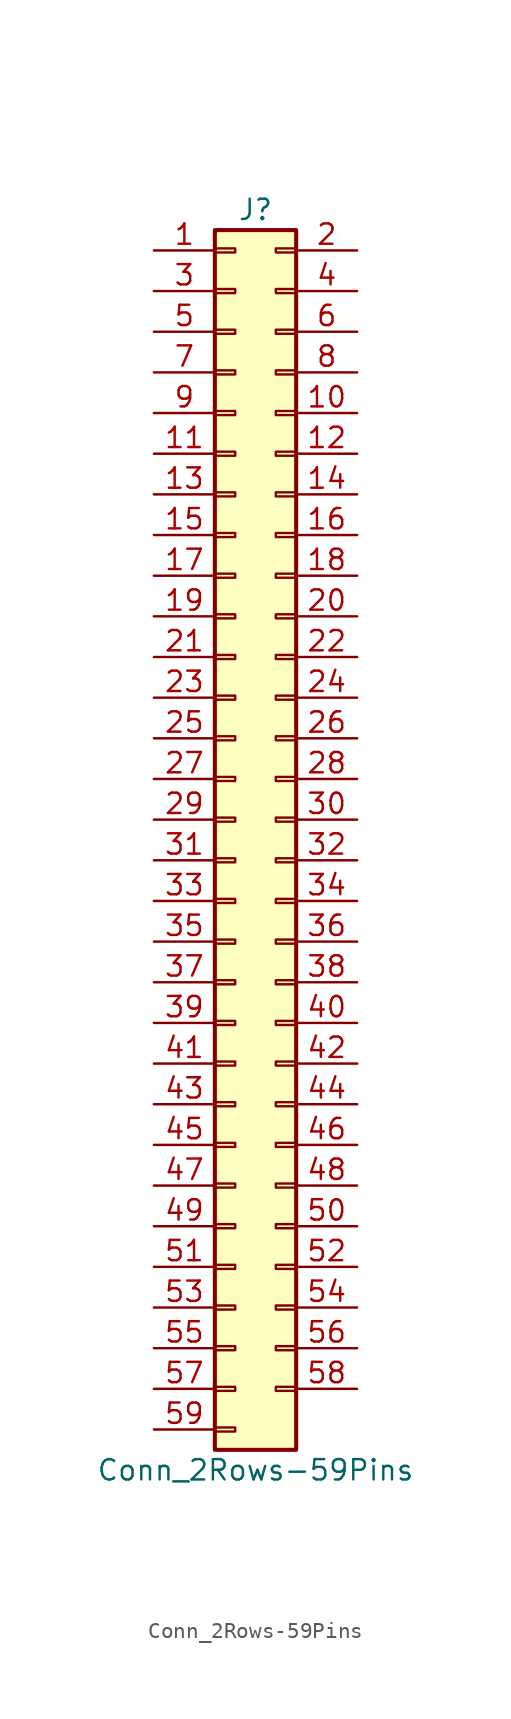
<source format=kicad_sym>
(kicad_symbol_lib
  (version 20211014)
  (generator kicad_symbol_editor)
  (symbol "Conn_2Rows-59Pins"
    (pin_names
      (offset 1.016) hide)
    (property "Reference" "J"
      (at 1.27 38.1 0)
      (effects (font (size 1.27 1.27))))
    (property "Value" "Conn_2Rows-59Pins"
      (at 1.27 -40.64 0)
      (effects (font (size 1.27 1.27))))
    (symbol "Conn_2Rows-59Pins_1_1"
      (rectangle (start -1.27 -37.973) (end 0 -38.227) (stroke (width 0.152) (type default) (color 0 0 0 0)) (fill (type none)))
      (rectangle (start -1.27 -35.433) (end 0 -35.687) (stroke (width 0.152) (type default) (color 0 0 0 0)) (fill (type none)))
      (rectangle (start -1.27 -32.893) (end 0 -33.147) (stroke (width 0.152) (type default) (color 0 0 0 0)) (fill (type none)))
      (rectangle (start -1.27 -30.353) (end 0 -30.607) (stroke (width 0.152) (type default) (color 0 0 0 0)) (fill (type none)))
      (rectangle (start -1.27 -27.813) (end 0 -28.067) (stroke (width 0.152) (type default) (color 0 0 0 0)) (fill (type none)))
      (rectangle (start -1.27 -25.273) (end 0 -25.527) (stroke (width 0.152) (type default) (color 0 0 0 0)) (fill (type none)))
      (rectangle (start -1.27 -22.733) (end 0 -22.987) (stroke (width 0.152) (type default) (color 0 0 0 0)) (fill (type none)))
      (rectangle (start -1.27 -20.193) (end 0 -20.447) (stroke (width 0.152) (type default) (color 0 0 0 0)) (fill (type none)))
      (rectangle (start -1.27 -17.653) (end 0 -17.907) (stroke (width 0.152) (type default) (color 0 0 0 0)) (fill (type none)))
      (rectangle (start -1.27 -15.113) (end 0 -15.367) (stroke (width 0.152) (type default) (color 0 0 0 0)) (fill (type none)))
      (rectangle (start -1.27 -12.573) (end 0 -12.827) (stroke (width 0.152) (type default) (color 0 0 0 0)) (fill (type none)))
      (rectangle (start -1.27 -10.033) (end 0 -10.287) (stroke (width 0.152) (type default) (color 0 0 0 0)) (fill (type none)))
      (rectangle (start -1.27 -7.493) (end 0 -7.747) (stroke (width 0.152) (type default) (color 0 0 0 0)) (fill (type none)))
      (rectangle (start -1.27 -4.953) (end 0 -5.207) (stroke (width 0.152) (type default) (color 0 0 0 0)) (fill (type none)))
      (rectangle (start -1.27 -2.413) (end 0 -2.667) (stroke (width 0.152) (type default) (color 0 0 0 0)) (fill (type none)))
      (rectangle (start -1.27 0.127) (end 0 -0.127) (stroke (width 0.152) (type default) (color 0 0 0 0)) (fill (type none)))
      (rectangle (start -1.27 2.667) (end 0 2.413) (stroke (width 0.152) (type default) (color 0 0 0 0)) (fill (type none)))
      (rectangle (start -1.27 5.207) (end 0 4.953) (stroke (width 0.152) (type default) (color 0 0 0 0)) (fill (type none)))
      (rectangle (start -1.27 7.747) (end 0 7.493) (stroke (width 0.152) (type default) (color 0 0 0 0)) (fill (type none)))
      (rectangle (start -1.27 10.287) (end 0 10.033) (stroke (width 0.152) (type default) (color 0 0 0 0)) (fill (type none)))
      (rectangle (start -1.27 12.827) (end 0 12.573) (stroke (width 0.152) (type default) (color 0 0 0 0)) (fill (type none)))
      (rectangle (start -1.27 15.367) (end 0 15.113) (stroke (width 0.152) (type default) (color 0 0 0 0)) (fill (type none)))
      (rectangle (start -1.27 17.907) (end 0 17.653) (stroke (width 0.152) (type default) (color 0 0 0 0)) (fill (type none)))
      (rectangle (start -1.27 20.447) (end 0 20.193) (stroke (width 0.152) (type default) (color 0 0 0 0)) (fill (type none)))
      (rectangle (start -1.27 22.987) (end 0 22.733) (stroke (width 0.152) (type default) (color 0 0 0 0)) (fill (type none)))
      (rectangle (start -1.27 25.527) (end 0 25.273) (stroke (width 0.152) (type default) (color 0 0 0 0)) (fill (type none)))
      (rectangle (start -1.27 28.067) (end 0 27.813) (stroke (width 0.152) (type default) (color 0 0 0 0)) (fill (type none)))
      (rectangle (start -1.27 30.607) (end 0 30.353) (stroke (width 0.152) (type default) (color 0 0 0 0)) (fill (type none)))
      (rectangle (start -1.27 33.147) (end 0 32.893) (stroke (width 0.152) (type default) (color 0 0 0 0)) (fill (type none)))
      (rectangle (start -1.27 35.687) (end 0 35.433) (stroke (width 0.152) (type default) (color 0 0 0 0)) (fill (type none)))
      (rectangle (start -1.27 36.83) (end 3.81 -39.37) (stroke (width 0.254) (type default) (color 0 0 0 0)) (fill (type background)))
      (rectangle (start 3.81 -35.433) (end 2.54 -35.687) (stroke (width 0.152) (type default) (color 0 0 0 0)) (fill (type none)))
      (rectangle (start 3.81 -32.893) (end 2.54 -33.147) (stroke (width 0.152) (type default) (color 0 0 0 0)) (fill (type none)))
      (rectangle (start 3.81 -30.353) (end 2.54 -30.607) (stroke (width 0.152) (type default) (color 0 0 0 0)) (fill (type none)))
      (rectangle (start 3.81 -27.813) (end 2.54 -28.067) (stroke (width 0.152) (type default) (color 0 0 0 0)) (fill (type none)))
      (rectangle (start 3.81 -25.273) (end 2.54 -25.527) (stroke (width 0.152) (type default) (color 0 0 0 0)) (fill (type none)))
      (rectangle (start 3.81 -22.733) (end 2.54 -22.987) (stroke (width 0.152) (type default) (color 0 0 0 0)) (fill (type none)))
      (rectangle (start 3.81 -20.193) (end 2.54 -20.447) (stroke (width 0.152) (type default) (color 0 0 0 0)) (fill (type none)))
      (rectangle (start 3.81 -17.653) (end 2.54 -17.907) (stroke (width 0.152) (type default) (color 0 0 0 0)) (fill (type none)))
      (rectangle (start 3.81 -15.113) (end 2.54 -15.367) (stroke (width 0.152) (type default) (color 0 0 0 0)) (fill (type none)))
      (rectangle (start 3.81 -12.573) (end 2.54 -12.827) (stroke (width 0.152) (type default) (color 0 0 0 0)) (fill (type none)))
      (rectangle (start 3.81 -10.033) (end 2.54 -10.287) (stroke (width 0.152) (type default) (color 0 0 0 0)) (fill (type none)))
      (rectangle (start 3.81 -7.493) (end 2.54 -7.747) (stroke (width 0.152) (type default) (color 0 0 0 0)) (fill (type none)))
      (rectangle (start 3.81 -4.953) (end 2.54 -5.207) (stroke (width 0.152) (type default) (color 0 0 0 0)) (fill (type none)))
      (rectangle (start 3.81 -2.413) (end 2.54 -2.667) (stroke (width 0.152) (type default) (color 0 0 0 0)) (fill (type none)))
      (rectangle (start 3.81 0.127) (end 2.54 -0.127) (stroke (width 0.152) (type default) (color 0 0 0 0)) (fill (type none)))
      (rectangle (start 3.81 2.667) (end 2.54 2.413) (stroke (width 0.152) (type default) (color 0 0 0 0)) (fill (type none)))
      (rectangle (start 3.81 5.207) (end 2.54 4.953) (stroke (width 0.152) (type default) (color 0 0 0 0)) (fill (type none)))
      (rectangle (start 3.81 7.747) (end 2.54 7.493) (stroke (width 0.152) (type default) (color 0 0 0 0)) (fill (type none)))
      (rectangle (start 3.81 10.287) (end 2.54 10.033) (stroke (width 0.152) (type default) (color 0 0 0 0)) (fill (type none)))
      (rectangle (start 3.81 12.827) (end 2.54 12.573) (stroke (width 0.152) (type default) (color 0 0 0 0)) (fill (type none)))
      (rectangle (start 3.81 15.367) (end 2.54 15.113) (stroke (width 0.152) (type default) (color 0 0 0 0)) (fill (type none)))
      (rectangle (start 3.81 17.907) (end 2.54 17.653) (stroke (width 0.152) (type default) (color 0 0 0 0)) (fill (type none)))
      (rectangle (start 3.81 20.447) (end 2.54 20.193) (stroke (width 0.152) (type default) (color 0 0 0 0)) (fill (type none)))
      (rectangle (start 3.81 22.987) (end 2.54 22.733) (stroke (width 0.152) (type default) (color 0 0 0 0)) (fill (type none)))
      (rectangle (start 3.81 25.527) (end 2.54 25.273) (stroke (width 0.152) (type default) (color 0 0 0 0)) (fill (type none)))
      (rectangle (start 3.81 28.067) (end 2.54 27.813) (stroke (width 0.152) (type default) (color 0 0 0 0)) (fill (type none)))
      (rectangle (start 3.81 30.607) (end 2.54 30.353) (stroke (width 0.152) (type default) (color 0 0 0 0)) (fill (type none)))
      (rectangle (start 3.81 33.147) (end 2.54 32.893) (stroke (width 0.152) (type default) (color 0 0 0 0)) (fill (type none)))
      (rectangle (start 3.81 35.687) (end 2.54 35.433) (stroke (width 0.152) (type default) (color 0 0 0 0)) (fill (type none)))
      (pin passive line (at -5.08 35.56 0) (length 3.81) (name "Pin_1" (effects (font (size 1.27 1.27)))) (number "1" (effects (font (size 1.27 1.27)))))
      (pin passive line (at 7.62 25.4 180) (length 3.81) (name "Pin_10" (effects (font (size 1.27 1.27)))) (number "10" (effects (font (size 1.27 1.27)))))
      (pin passive line (at -5.08 22.86 0) (length 3.81) (name "Pin_11" (effects (font (size 1.27 1.27)))) (number "11" (effects (font (size 1.27 1.27)))))
      (pin passive line (at 7.62 22.86 180) (length 3.81) (name "Pin_12" (effects (font (size 1.27 1.27)))) (number "12" (effects (font (size 1.27 1.27)))))
      (pin passive line (at -5.08 20.32 0) (length 3.81) (name "Pin_13" (effects (font (size 1.27 1.27)))) (number "13" (effects (font (size 1.27 1.27)))))
      (pin passive line (at 7.62 20.32 180) (length 3.81) (name "Pin_14" (effects (font (size 1.27 1.27)))) (number "14" (effects (font (size 1.27 1.27)))))
      (pin passive line (at -5.08 17.78 0) (length 3.81) (name "Pin_15" (effects (font (size 1.27 1.27)))) (number "15" (effects (font (size 1.27 1.27)))))
      (pin passive line (at 7.62 17.78 180) (length 3.81) (name "Pin_16" (effects (font (size 1.27 1.27)))) (number "16" (effects (font (size 1.27 1.27)))))
      (pin passive line (at -5.08 15.24 0) (length 3.81) (name "Pin_17" (effects (font (size 1.27 1.27)))) (number "17" (effects (font (size 1.27 1.27)))))
      (pin passive line (at 7.62 15.24 180) (length 3.81) (name "Pin_18" (effects (font (size 1.27 1.27)))) (number "18" (effects (font (size 1.27 1.27)))))
      (pin passive line (at -5.08 12.7 0) (length 3.81) (name "Pin_19" (effects (font (size 1.27 1.27)))) (number "19" (effects (font (size 1.27 1.27)))))
      (pin passive line (at 7.62 35.56 180) (length 3.81) (name "Pin_2" (effects (font (size 1.27 1.27)))) (number "2" (effects (font (size 1.27 1.27)))))
      (pin passive line (at 7.62 12.7 180) (length 3.81) (name "Pin_20" (effects (font (size 1.27 1.27)))) (number "20" (effects (font (size 1.27 1.27)))))
      (pin passive line (at -5.08 10.16 0) (length 3.81) (name "Pin_21" (effects (font (size 1.27 1.27)))) (number "21" (effects (font (size 1.27 1.27)))))
      (pin passive line (at 7.62 10.16 180) (length 3.81) (name "Pin_22" (effects (font (size 1.27 1.27)))) (number "22" (effects (font (size 1.27 1.27)))))
      (pin passive line (at -5.08 7.62 0) (length 3.81) (name "Pin_23" (effects (font (size 1.27 1.27)))) (number "23" (effects (font (size 1.27 1.27)))))
      (pin passive line (at 7.62 7.62 180) (length 3.81) (name "Pin_24" (effects (font (size 1.27 1.27)))) (number "24" (effects (font (size 1.27 1.27)))))
      (pin passive line (at -5.08 5.08 0) (length 3.81) (name "Pin_25" (effects (font (size 1.27 1.27)))) (number "25" (effects (font (size 1.27 1.27)))))
      (pin passive line (at 7.62 5.08 180) (length 3.81) (name "Pin_26" (effects (font (size 1.27 1.27)))) (number "26" (effects (font (size 1.27 1.27)))))
      (pin passive line (at -5.08 2.54 0) (length 3.81) (name "Pin_27" (effects (font (size 1.27 1.27)))) (number "27" (effects (font (size 1.27 1.27)))))
      (pin passive line (at 7.62 2.54 180) (length 3.81) (name "Pin_28" (effects (font (size 1.27 1.27)))) (number "28" (effects (font (size 1.27 1.27)))))
      (pin passive line (at -5.08 0 0) (length 3.81) (name "Pin_29" (effects (font (size 1.27 1.27)))) (number "29" (effects (font (size 1.27 1.27)))))
      (pin passive line (at -5.08 33.02 0) (length 3.81) (name "Pin_3" (effects (font (size 1.27 1.27)))) (number "3" (effects (font (size 1.27 1.27)))))
      (pin passive line (at 7.62 0 180) (length 3.81) (name "Pin_30" (effects (font (size 1.27 1.27)))) (number "30" (effects (font (size 1.27 1.27)))))
      (pin passive line (at -5.08 -2.54 0) (length 3.81) (name "Pin_31" (effects (font (size 1.27 1.27)))) (number "31" (effects (font (size 1.27 1.27)))))
      (pin passive line (at 7.62 -2.54 180) (length 3.81) (name "Pin_32" (effects (font (size 1.27 1.27)))) (number "32" (effects (font (size 1.27 1.27)))))
      (pin passive line (at -5.08 -5.08 0) (length 3.81) (name "Pin_33" (effects (font (size 1.27 1.27)))) (number "33" (effects (font (size 1.27 1.27)))))
      (pin passive line (at 7.62 -5.08 180) (length 3.81) (name "Pin_34" (effects (font (size 1.27 1.27)))) (number "34" (effects (font (size 1.27 1.27)))))
      (pin passive line (at -5.08 -7.62 0) (length 3.81) (name "Pin_35" (effects (font (size 1.27 1.27)))) (number "35" (effects (font (size 1.27 1.27)))))
      (pin passive line (at 7.62 -7.62 180) (length 3.81) (name "Pin_36" (effects (font (size 1.27 1.27)))) (number "36" (effects (font (size 1.27 1.27)))))
      (pin passive line (at -5.08 -10.16 0) (length 3.81) (name "Pin_37" (effects (font (size 1.27 1.27)))) (number "37" (effects (font (size 1.27 1.27)))))
      (pin passive line (at 7.62 -10.16 180) (length 3.81) (name "Pin_38" (effects (font (size 1.27 1.27)))) (number "38" (effects (font (size 1.27 1.27)))))
      (pin passive line (at -5.08 -12.7 0) (length 3.81) (name "Pin_39" (effects (font (size 1.27 1.27)))) (number "39" (effects (font (size 1.27 1.27)))))
      (pin passive line (at 7.62 33.02 180) (length 3.81) (name "Pin_4" (effects (font (size 1.27 1.27)))) (number "4" (effects (font (size 1.27 1.27)))))
      (pin passive line (at 7.62 -12.7 180) (length 3.81) (name "Pin_40" (effects (font (size 1.27 1.27)))) (number "40" (effects (font (size 1.27 1.27)))))
      (pin passive line (at -5.08 -15.24 0) (length 3.81) (name "Pin_41" (effects (font (size 1.27 1.27)))) (number "41" (effects (font (size 1.27 1.27)))))
      (pin passive line (at 7.62 -15.24 180) (length 3.81) (name "Pin_42" (effects (font (size 1.27 1.27)))) (number "42" (effects (font (size 1.27 1.27)))))
      (pin passive line (at -5.08 -17.78 0) (length 3.81) (name "Pin_43" (effects (font (size 1.27 1.27)))) (number "43" (effects (font (size 1.27 1.27)))))
      (pin passive line (at 7.62 -17.78 180) (length 3.81) (name "Pin_44" (effects (font (size 1.27 1.27)))) (number "44" (effects (font (size 1.27 1.27)))))
      (pin passive line (at -5.08 -20.32 0) (length 3.81) (name "Pin_45" (effects (font (size 1.27 1.27)))) (number "45" (effects (font (size 1.27 1.27)))))
      (pin passive line (at 7.62 -20.32 180) (length 3.81) (name "Pin_46" (effects (font (size 1.27 1.27)))) (number "46" (effects (font (size 1.27 1.27)))))
      (pin passive line (at -5.08 -22.86 0) (length 3.81) (name "Pin_47" (effects (font (size 1.27 1.27)))) (number "47" (effects (font (size 1.27 1.27)))))
      (pin passive line (at 7.62 -22.86 180) (length 3.81) (name "Pin_48" (effects (font (size 1.27 1.27)))) (number "48" (effects (font (size 1.27 1.27)))))
      (pin passive line (at -5.08 -25.4 0) (length 3.81) (name "Pin_49" (effects (font (size 1.27 1.27)))) (number "49" (effects (font (size 1.27 1.27)))))
      (pin passive line (at -5.08 30.48 0) (length 3.81) (name "Pin_5" (effects (font (size 1.27 1.27)))) (number "5" (effects (font (size 1.27 1.27)))))
      (pin passive line (at 7.62 -25.4 180) (length 3.81) (name "Pin_50" (effects (font (size 1.27 1.27)))) (number "50" (effects (font (size 1.27 1.27)))))
      (pin passive line (at -5.08 -27.94 0) (length 3.81) (name "Pin_51" (effects (font (size 1.27 1.27)))) (number "51" (effects (font (size 1.27 1.27)))))
      (pin passive line (at 7.62 -27.94 180) (length 3.81) (name "Pin_52" (effects (font (size 1.27 1.27)))) (number "52" (effects (font (size 1.27 1.27)))))
      (pin passive line (at -5.08 -30.48 0) (length 3.81) (name "Pin_53" (effects (font (size 1.27 1.27)))) (number "53" (effects (font (size 1.27 1.27)))))
      (pin passive line (at 7.62 -30.48 180) (length 3.81) (name "Pin_54" (effects (font (size 1.27 1.27)))) (number "54" (effects (font (size 1.27 1.27)))))
      (pin passive line (at -5.08 -33.02 0) (length 3.81) (name "Pin_55" (effects (font (size 1.27 1.27)))) (number "55" (effects (font (size 1.27 1.27)))))
      (pin passive line (at 7.62 -33.02 180) (length 3.81) (name "Pin_56" (effects (font (size 1.27 1.27)))) (number "56" (effects (font (size 1.27 1.27)))))
      (pin passive line (at -5.08 -35.56 0) (length 3.81) (name "Pin_57" (effects (font (size 1.27 1.27)))) (number "57" (effects (font (size 1.27 1.27)))))
      (pin passive line (at 7.62 -35.56 180) (length 3.81) (name "Pin_58" (effects (font (size 1.27 1.27)))) (number "58" (effects (font (size 1.27 1.27)))))
      (pin passive line (at -5.08 -38.1 0) (length 3.81) (name "Pin_59" (effects (font (size 1.27 1.27)))) (number "59" (effects (font (size 1.27 1.27)))))
      (pin passive line (at 7.62 30.48 180) (length 3.81) (name "Pin_6" (effects (font (size 1.27 1.27)))) (number "6" (effects (font (size 1.27 1.27)))))
      (pin passive line (at -5.08 27.94 0) (length 3.81) (name "Pin_7" (effects (font (size 1.27 1.27)))) (number "7" (effects (font (size 1.27 1.27)))))
      (pin passive line (at 7.62 27.94 180) (length 3.81) (name "Pin_8" (effects (font (size 1.27 1.27)))) (number "8" (effects (font (size 1.27 1.27)))))
      (pin passive line (at -5.08 25.4 0) (length 3.81) (name "Pin_9" (effects (font (size 1.27 1.27)))) (number "9" (effects (font (size 1.27 1.27))))))))
</source>
